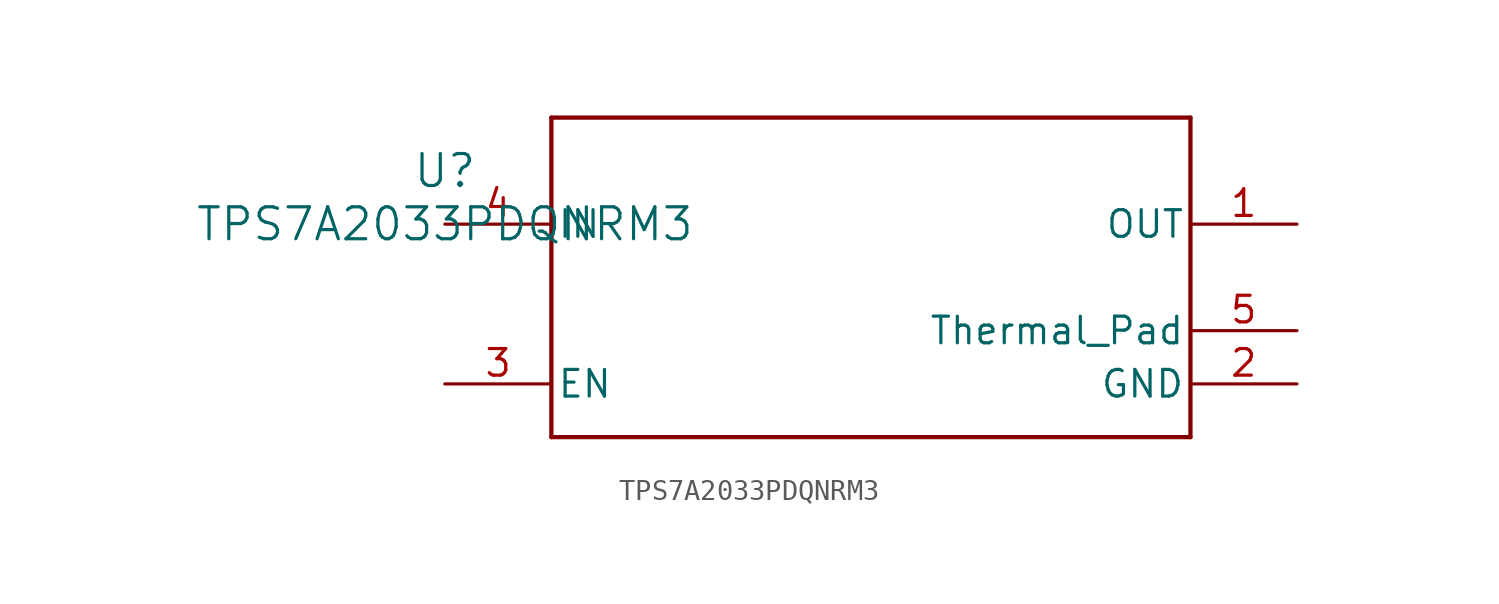
<source format=kicad_sym>
(kicad_symbol_lib
  (version 20211014)
  (generator kicad_symbol_editor)
  (symbol "TPS7A2033PDQNRM3"
    (pin_names
      (offset 0.254))
    (property "Reference" "U"
      (at 0 2.54 0)
      (effects (font (size 1.524 1.524))))
    (property "Value" "TPS7A2033PDQNRM3"
      (at 0 0 0)
      (effects (font (size 1.524 1.524))))
    (symbol "TPS7A2033PDQNRM3_0_1"
      (polyline (pts (xy 5.08 -10.16) (xy 35.56 -10.16)) (stroke (width 0.203) (type default) (color 0 0 0 0)) (fill (type none)))
      (polyline (pts (xy 35.56 -10.16) (xy 35.56 5.08)) (stroke (width 0.203) (type default) (color 0 0 0 0)) (fill (type none)))
      (polyline (pts (xy 35.56 5.08) (xy 5.08 5.08)) (stroke (width 0.203) (type default) (color 0 0 0 0)) (fill (type none)))
      (polyline (pts (xy 5.08 5.08) (xy 5.08 -10.16)) (stroke (width 0.203) (type default) (color 0 0 0 0)) (fill (type none)))
      (pin unspecified line (at 40.64 0 180) (length 5.08) (name "OUT" (effects (font (size 1.27 1.27)))) (number "1" (effects (font (size 1.27 1.27)))))
      (pin power_in line (at 40.64 -7.62 180) (length 5.08) (name "GND" (effects (font (size 1.27 1.27)))) (number "2" (effects (font (size 1.27 1.27)))))
      (pin input line (at 0 -7.62 0) (length 5.08) (name "EN" (effects (font (size 1.27 1.27)))) (number "3" (effects (font (size 1.27 1.27)))))
      (pin power_in line (at 0 0 0) (length 5.08) (name "IN" (effects (font (size 1.27 1.27)))) (number "4" (effects (font (size 1.27 1.27)))))
      (pin unspecified line (at 40.64 -5.08 180) (length 5.08) (name "Thermal_Pad" (effects (font (size 1.27 1.27)))) (number "5" (effects (font (size 1.27 1.27))))))))
</source>
